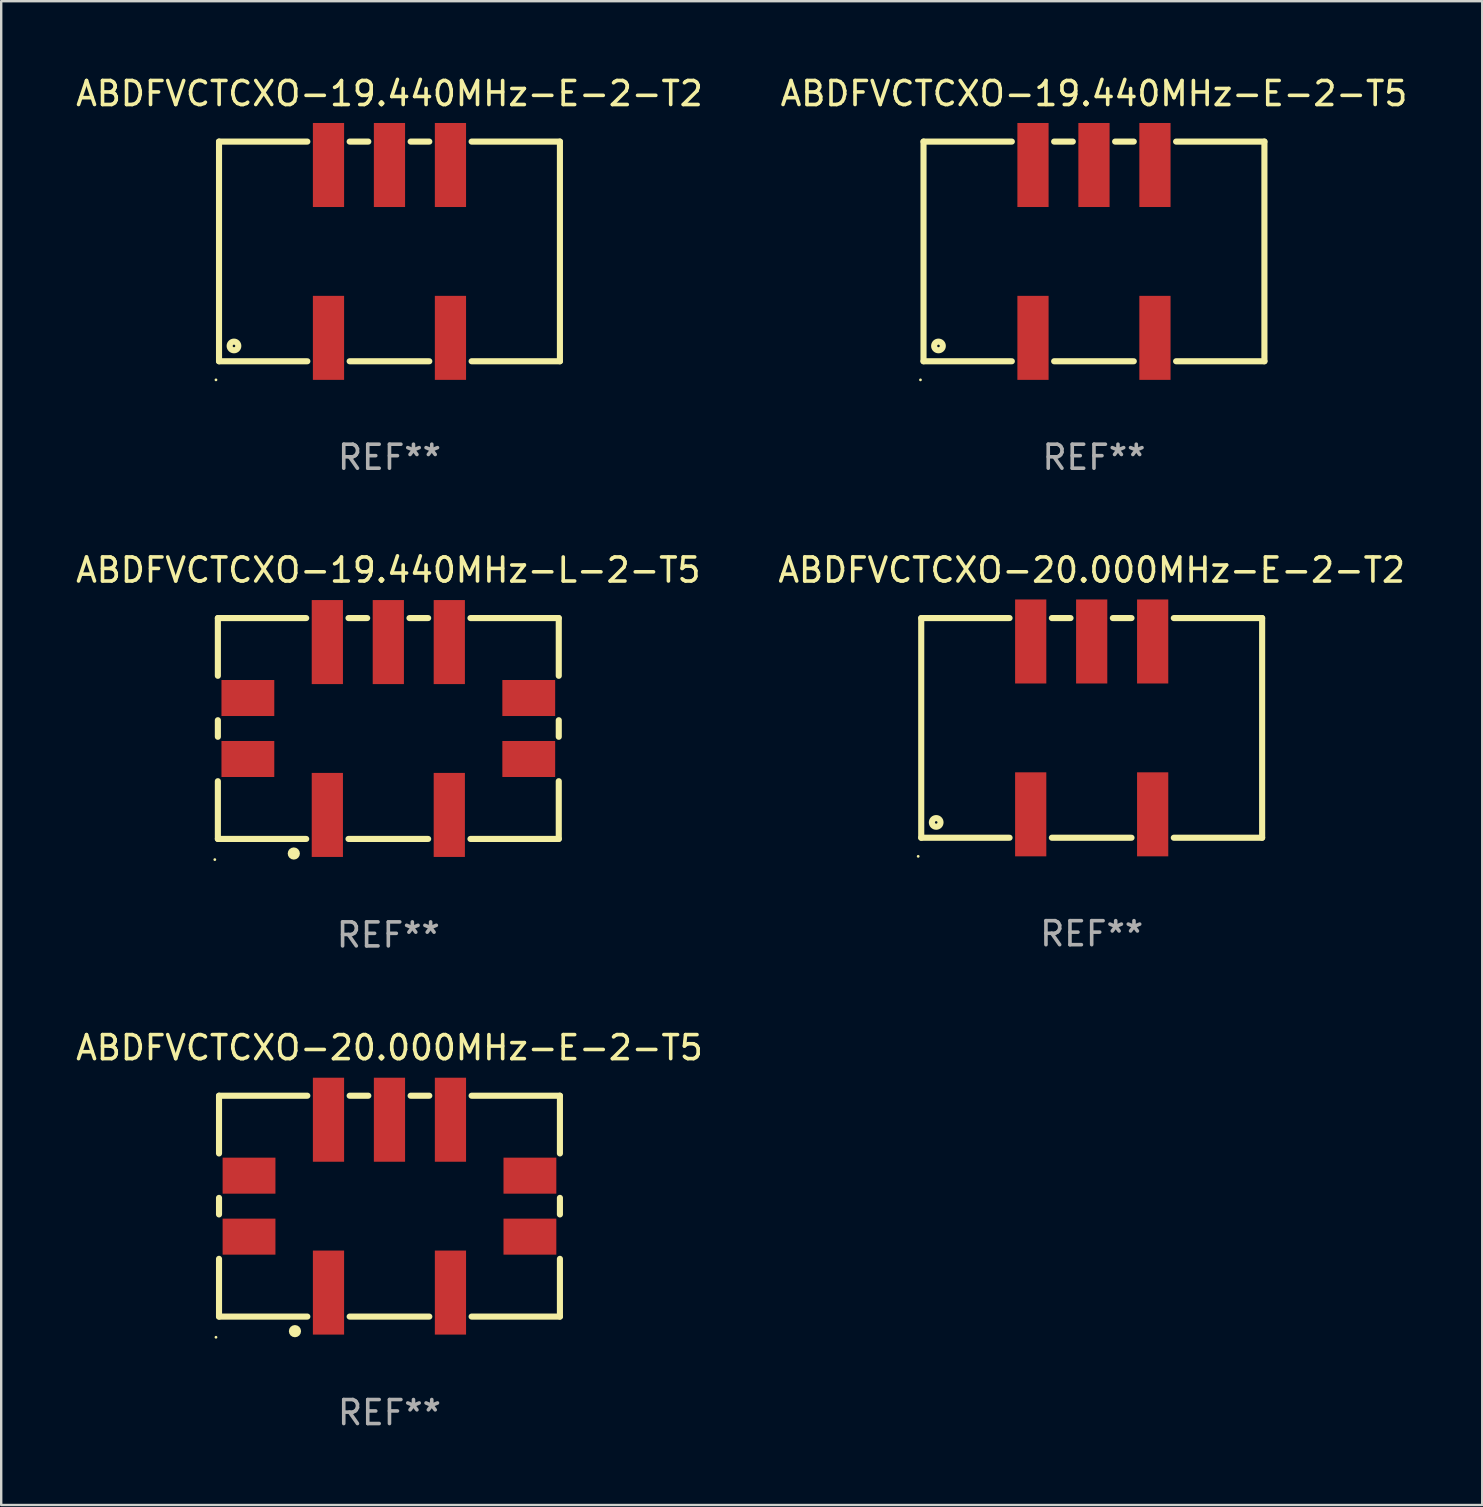
<source format=kicad_pcb>
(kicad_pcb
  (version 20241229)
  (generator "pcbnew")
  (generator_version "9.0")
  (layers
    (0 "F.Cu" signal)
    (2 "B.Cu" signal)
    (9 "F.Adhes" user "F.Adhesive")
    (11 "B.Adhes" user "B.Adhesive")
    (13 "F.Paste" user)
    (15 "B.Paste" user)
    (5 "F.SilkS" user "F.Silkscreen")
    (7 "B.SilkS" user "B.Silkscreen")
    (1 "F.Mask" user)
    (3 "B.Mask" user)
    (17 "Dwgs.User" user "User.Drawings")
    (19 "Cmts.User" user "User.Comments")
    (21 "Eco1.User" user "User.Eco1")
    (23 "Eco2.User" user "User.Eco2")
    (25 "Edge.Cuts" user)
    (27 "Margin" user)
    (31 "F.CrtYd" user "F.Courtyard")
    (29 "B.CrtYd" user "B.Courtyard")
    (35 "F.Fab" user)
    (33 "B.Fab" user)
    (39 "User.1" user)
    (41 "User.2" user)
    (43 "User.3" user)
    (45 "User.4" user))
  (footprint "ABDFVCTCXO-20.000MHz-E-2-T2"
    (layer "F.Cu")
    (at 42.423 27.27)
    (property "Reference" "ABDFVCTCXO-20.000MHz-E-2-T2" (at 0 -6.575 0) (layer "F.SilkS") (effects (font (size 1 1) (thickness 0.15))))
    (attr through_hole)
    (fp_line (start -7.1 -4.575) (end -7.1 4.575) (stroke (width 0.254) (type solid)) (layer "F.SilkS"))
    (fp_line (start -7.1 -4.575) (end -3.421 -4.575) (stroke (width 0.254) (type solid)) (layer "F.SilkS"))
    (fp_line (start -7.1 4.575) (end -3.421 4.575) (stroke (width 0.254) (type solid)) (layer "F.SilkS"))
    (fp_line (start -1.659 -4.575) (end -0.881 -4.575) (stroke (width 0.254) (type solid)) (layer "F.SilkS"))
    (fp_line (start -1.659 4.575) (end 1.659 4.575) (stroke (width 0.254) (type solid)) (layer "F.SilkS"))
    (fp_line (start 0.881 -4.575) (end 1.659 -4.575) (stroke (width 0.254) (type solid)) (layer "F.SilkS"))
    (fp_line (start 3.421 -4.575) (end 7.1 -4.575) (stroke (width 0.254) (type solid)) (layer "F.SilkS"))
    (fp_line (start 3.421 4.575) (end 7.1 4.575) (stroke (width 0.254) (type solid)) (layer "F.SilkS"))
    (fp_line (start 7.1 -4.575) (end 7.1 4.575) (stroke (width 0.254) (type solid)) (layer "F.SilkS"))
    (fp_circle (center -7.227 5.35) (end -7.197 5.35) (stroke (width 0.06) (type solid)) (fill no) (layer "F.SilkS"))
    (fp_circle (center -6.477 3.937) (end -6.297 3.937) (stroke (width 0.254) (type solid)) (fill no) (layer "F.SilkS"))
    (fp_text user "REF**" (at 0 8.575 0) (layer "F.Fab") (effects (font (size 1 1) (thickness 0.15))))
    (pad "1" smd rect (at -2.54 3.6) (size 1.3 3.5) (layers "F.Cu" "F.Mask" "F.Paste"))
    (pad "2" smd rect (at 2.54 3.6) (size 1.3 3.5) (layers "F.Cu" "F.Mask" "F.Paste"))
    (pad "3" smd rect (at 2.54 -3.6) (size 1.3 3.5) (layers "F.Cu" "F.Mask" "F.Paste"))
    (pad "4" smd rect (at 0 -3.6) (size 1.3 3.5) (layers "F.Cu" "F.Mask" "F.Paste"))
    (pad "5" smd rect (at -2.54 -3.6) (size 1.3 3.5) (layers "F.Cu" "F.Mask" "F.Paste")))
  (footprint "ABDFVCTCXO-19.440MHz-E-2-T5"
    (layer "F.Cu")
    (at 42.518 7.423)
    (property "Reference" "ABDFVCTCXO-19.440MHz-E-2-T5" (at 0 -6.575 0) (layer "F.SilkS") (effects (font (size 1 1) (thickness 0.15))))
    (attr through_hole)
    (fp_line (start -7.1 -4.575) (end -7.1 4.575) (stroke (width 0.254) (type solid)) (layer "F.SilkS"))
    (fp_line (start -7.1 -4.575) (end -3.421 -4.575) (stroke (width 0.254) (type solid)) (layer "F.SilkS"))
    (fp_line (start -7.1 4.575) (end -3.421 4.575) (stroke (width 0.254) (type solid)) (layer "F.SilkS"))
    (fp_line (start -1.659 -4.575) (end -0.881 -4.575) (stroke (width 0.254) (type solid)) (layer "F.SilkS"))
    (fp_line (start -1.659 4.575) (end 1.659 4.575) (stroke (width 0.254) (type solid)) (layer "F.SilkS"))
    (fp_line (start 0.881 -4.575) (end 1.659 -4.575) (stroke (width 0.254) (type solid)) (layer "F.SilkS"))
    (fp_line (start 3.421 -4.575) (end 7.1 -4.575) (stroke (width 0.254) (type solid)) (layer "F.SilkS"))
    (fp_line (start 3.421 4.575) (end 7.1 4.575) (stroke (width 0.254) (type solid)) (layer "F.SilkS"))
    (fp_line (start 7.1 -4.575) (end 7.1 4.575) (stroke (width 0.254) (type solid)) (layer "F.SilkS"))
    (fp_circle (center -7.227 5.35) (end -7.197 5.35) (stroke (width 0.06) (type solid)) (fill no) (layer "F.SilkS"))
    (fp_circle (center -6.477 3.937) (end -6.297 3.937) (stroke (width 0.254) (type solid)) (fill no) (layer "F.SilkS"))
    (fp_text user "REF**" (at 0 8.575 0) (layer "F.Fab") (effects (font (size 1 1) (thickness 0.15))))
    (pad "1" smd rect (at -2.54 3.6) (size 1.3 3.5) (layers "F.Cu" "F.Mask" "F.Paste"))
    (pad "2" smd rect (at 2.54 3.6) (size 1.3 3.5) (layers "F.Cu" "F.Mask" "F.Paste"))
    (pad "3" smd rect (at 2.54 -3.6) (size 1.3 3.5) (layers "F.Cu" "F.Mask" "F.Paste"))
    (pad "4" smd rect (at 0 -3.6) (size 1.3 3.5) (layers "F.Cu" "F.Mask" "F.Paste"))
    (pad "5" smd rect (at -2.54 -3.6) (size 1.3 3.5) (layers "F.Cu" "F.Mask" "F.Paste")))
  (footprint "ABDFVCTCXO-19.440MHz-E-2-T2"
    (layer "F.Cu")
    (at 13.173 7.423)
    (property "Reference" "ABDFVCTCXO-19.440MHz-E-2-T2" (at 0 -6.575 0) (layer "F.SilkS") (effects (font (size 1 1) (thickness 0.15))))
    (attr through_hole)
    (fp_line (start -7.1 -4.575) (end -7.1 4.575) (stroke (width 0.254) (type solid)) (layer "F.SilkS"))
    (fp_line (start -7.1 -4.575) (end -3.421 -4.575) (stroke (width 0.254) (type solid)) (layer "F.SilkS"))
    (fp_line (start -7.1 4.575) (end -3.421 4.575) (stroke (width 0.254) (type solid)) (layer "F.SilkS"))
    (fp_line (start -1.659 -4.575) (end -0.881 -4.575) (stroke (width 0.254) (type solid)) (layer "F.SilkS"))
    (fp_line (start -1.659 4.575) (end 1.659 4.575) (stroke (width 0.254) (type solid)) (layer "F.SilkS"))
    (fp_line (start 0.881 -4.575) (end 1.659 -4.575) (stroke (width 0.254) (type solid)) (layer "F.SilkS"))
    (fp_line (start 3.421 -4.575) (end 7.1 -4.575) (stroke (width 0.254) (type solid)) (layer "F.SilkS"))
    (fp_line (start 3.421 4.575) (end 7.1 4.575) (stroke (width 0.254) (type solid)) (layer "F.SilkS"))
    (fp_line (start 7.1 -4.575) (end 7.1 4.575) (stroke (width 0.254) (type solid)) (layer "F.SilkS"))
    (fp_circle (center -7.227 5.35) (end -7.197 5.35) (stroke (width 0.06) (type solid)) (fill no) (layer "F.SilkS"))
    (fp_circle (center -6.477 3.937) (end -6.297 3.937) (stroke (width 0.254) (type solid)) (fill no) (layer "F.SilkS"))
    (fp_text user "REF**" (at 0 8.575 0) (layer "F.Fab") (effects (font (size 1 1) (thickness 0.15))))
    (pad "1" smd rect (at -2.54 3.6) (size 1.3 3.5) (layers "F.Cu" "F.Mask" "F.Paste"))
    (pad "2" smd rect (at 2.54 3.6) (size 1.3 3.5) (layers "F.Cu" "F.Mask" "F.Paste"))
    (pad "3" smd rect (at 2.54 -3.6) (size 1.3 3.5) (layers "F.Cu" "F.Mask" "F.Paste"))
    (pad "4" smd rect (at 0 -3.6) (size 1.3 3.5) (layers "F.Cu" "F.Mask" "F.Paste"))
    (pad "5" smd rect (at -2.54 -3.6) (size 1.3 3.5) (layers "F.Cu" "F.Mask" "F.Paste")))
  (footprint "ABDFVCTCXO-20.000MHz-E-2-T5"
    (layer "F.Cu")
    (at 13.173 47.191)
    (property "Reference" "ABDFVCTCXO-20.000MHz-E-2-T5" (at 0 -6.6 0) (layer "F.SilkS") (effects (font (size 1 1) (thickness 0.15))))
    (attr through_hole)
    (fp_line (start -7.1 -4.6) (end -7.1 -2.195) (stroke (width 0.254) (type solid)) (layer "F.SilkS"))
    (fp_line (start -7.1 -4.6) (end -3.421 -4.6) (stroke (width 0.254) (type solid)) (layer "F.SilkS"))
    (fp_line (start -7.1 -0.345) (end -7.1 0.345) (stroke (width 0.254) (type solid)) (layer "F.SilkS"))
    (fp_line (start -7.1 2.195) (end -7.1 4.6) (stroke (width 0.254) (type solid)) (layer "F.SilkS"))
    (fp_line (start -7.1 4.6) (end -3.421 4.6) (stroke (width 0.254) (type solid)) (layer "F.SilkS"))
    (fp_line (start -1.659 -4.6) (end -0.881 -4.6) (stroke (width 0.254) (type solid)) (layer "F.SilkS"))
    (fp_line (start -1.659 4.6) (end 1.659 4.6) (stroke (width 0.254) (type solid)) (layer "F.SilkS"))
    (fp_line (start 0.881 -4.6) (end 1.659 -4.6) (stroke (width 0.254) (type solid)) (layer "F.SilkS"))
    (fp_line (start 3.421 -4.6) (end 7.1 -4.6) (stroke (width 0.254) (type solid)) (layer "F.SilkS"))
    (fp_line (start 3.421 4.6) (end 7.1 4.6) (stroke (width 0.254) (type solid)) (layer "F.SilkS"))
    (fp_line (start 7.1 -4.6) (end 7.1 -2.195) (stroke (width 0.254) (type solid)) (layer "F.SilkS"))
    (fp_line (start 7.1 -0.345) (end 7.1 0.345) (stroke (width 0.254) (type solid)) (layer "F.SilkS"))
    (fp_line (start 7.1 2.195) (end 7.1 4.6) (stroke (width 0.254) (type solid)) (layer "F.SilkS"))
    (fp_circle (center -7.227 5.461) (end -7.197 5.461) (stroke (width 0.06) (type solid)) (fill no) (layer "F.SilkS"))
    (fp_circle (center -3.937 5.207) (end -3.81 5.207) (stroke (width 0.254) (type solid)) (fill no) (layer "F.SilkS"))
    (fp_text user "REF**" (at 0 8.6 0) (layer "F.Fab") (effects (font (size 1 1) (thickness 0.15))))
    (pad "1" smd rect (at -2.54 3.6) (size 1.3 3.5) (layers "F.Cu" "F.Mask" "F.Paste"))
    (pad "2" smd rect (at 2.54 3.6) (size 1.3 3.5) (layers "F.Cu" "F.Mask" "F.Paste"))
    (pad "3" smd rect (at 2.54 -3.6) (size 1.3 3.5) (layers "F.Cu" "F.Mask" "F.Paste"))
    (pad "4" smd rect (at 0 -3.6) (size 1.3 3.5) (layers "F.Cu" "F.Mask" "F.Paste"))
    (pad "5" smd rect (at -2.54 -3.6) (size 1.3 3.5) (layers "F.Cu" "F.Mask" "F.Paste"))
    (pad "6" smd rect (at 5.85 1.27 90) (size 1.5 2.2) (layers "F.Cu" "F.Mask" "F.Paste"))
    (pad "7" smd rect (at 5.85 -1.27 90) (size 1.5 2.2) (layers "F.Cu" "F.Mask" "F.Paste"))
    (pad "8" smd rect (at -5.85 -1.27 90) (size 1.5 2.2) (layers "F.Cu" "F.Mask" "F.Paste"))
    (pad "9" smd rect (at -5.85 1.27 90) (size 1.5 2.2) (layers "F.Cu" "F.Mask" "F.Paste")))
  (footprint "ABDFVCTCXO-19.440MHz-L-2-T5"
    (layer "F.Cu")
    (at 13.125 27.295)
    (property "Reference" "ABDFVCTCXO-19.440MHz-L-2-T5" (at 0 -6.6 0) (layer "F.SilkS") (effects (font (size 1 1) (thickness 0.15))))
    (attr through_hole)
    (fp_line (start -7.1 -4.6) (end -7.1 -2.195) (stroke (width 0.254) (type solid)) (layer "F.SilkS"))
    (fp_line (start -7.1 -4.6) (end -3.421 -4.6) (stroke (width 0.254) (type solid)) (layer "F.SilkS"))
    (fp_line (start -7.1 -0.345) (end -7.1 0.345) (stroke (width 0.254) (type solid)) (layer "F.SilkS"))
    (fp_line (start -7.1 2.195) (end -7.1 4.6) (stroke (width 0.254) (type solid)) (layer "F.SilkS"))
    (fp_line (start -7.1 4.6) (end -3.421 4.6) (stroke (width 0.254) (type solid)) (layer "F.SilkS"))
    (fp_line (start -1.659 -4.6) (end -0.881 -4.6) (stroke (width 0.254) (type solid)) (layer "F.SilkS"))
    (fp_line (start -1.659 4.6) (end 1.659 4.6) (stroke (width 0.254) (type solid)) (layer "F.SilkS"))
    (fp_line (start 0.881 -4.6) (end 1.659 -4.6) (stroke (width 0.254) (type solid)) (layer "F.SilkS"))
    (fp_line (start 3.421 -4.6) (end 7.1 -4.6) (stroke (width 0.254) (type solid)) (layer "F.SilkS"))
    (fp_line (start 3.421 4.6) (end 7.1 4.6) (stroke (width 0.254) (type solid)) (layer "F.SilkS"))
    (fp_line (start 7.1 -4.6) (end 7.1 -2.195) (stroke (width 0.254) (type solid)) (layer "F.SilkS"))
    (fp_line (start 7.1 -0.345) (end 7.1 0.345) (stroke (width 0.254) (type solid)) (layer "F.SilkS"))
    (fp_line (start 7.1 2.195) (end 7.1 4.6) (stroke (width 0.254) (type solid)) (layer "F.SilkS"))
    (fp_circle (center -7.227 5.461) (end -7.197 5.461) (stroke (width 0.06) (type solid)) (fill no) (layer "F.SilkS"))
    (fp_circle (center -3.937 5.207) (end -3.81 5.207) (stroke (width 0.254) (type solid)) (fill no) (layer "F.SilkS"))
    (fp_text user "REF**" (at 0 8.6 0) (layer "F.Fab") (effects (font (size 1 1) (thickness 0.15))))
    (pad "1" smd rect (at -2.54 3.6) (size 1.3 3.5) (layers "F.Cu" "F.Mask" "F.Paste"))
    (pad "2" smd rect (at 2.54 3.6) (size 1.3 3.5) (layers "F.Cu" "F.Mask" "F.Paste"))
    (pad "3" smd rect (at 2.54 -3.6) (size 1.3 3.5) (layers "F.Cu" "F.Mask" "F.Paste"))
    (pad "4" smd rect (at 0 -3.6) (size 1.3 3.5) (layers "F.Cu" "F.Mask" "F.Paste"))
    (pad "5" smd rect (at -2.54 -3.6) (size 1.3 3.5) (layers "F.Cu" "F.Mask" "F.Paste"))
    (pad "6" smd rect (at 5.85 1.27 90) (size 1.5 2.2) (layers "F.Cu" "F.Mask" "F.Paste"))
    (pad "7" smd rect (at 5.85 -1.27 90) (size 1.5 2.2) (layers "F.Cu" "F.Mask" "F.Paste"))
    (pad "8" smd rect (at -5.85 -1.27 90) (size 1.5 2.2) (layers "F.Cu" "F.Mask" "F.Paste"))
    (pad "9" smd rect (at -5.85 1.27 90) (size 1.5 2.2) (layers "F.Cu" "F.Mask" "F.Paste")))
  (gr_rect
    (start -3 -3)
    (end 58.69 59.64)
    (stroke (width 0.1) (type default))
    (fill no)
    (layer "Edge.Cuts")))
</source>
